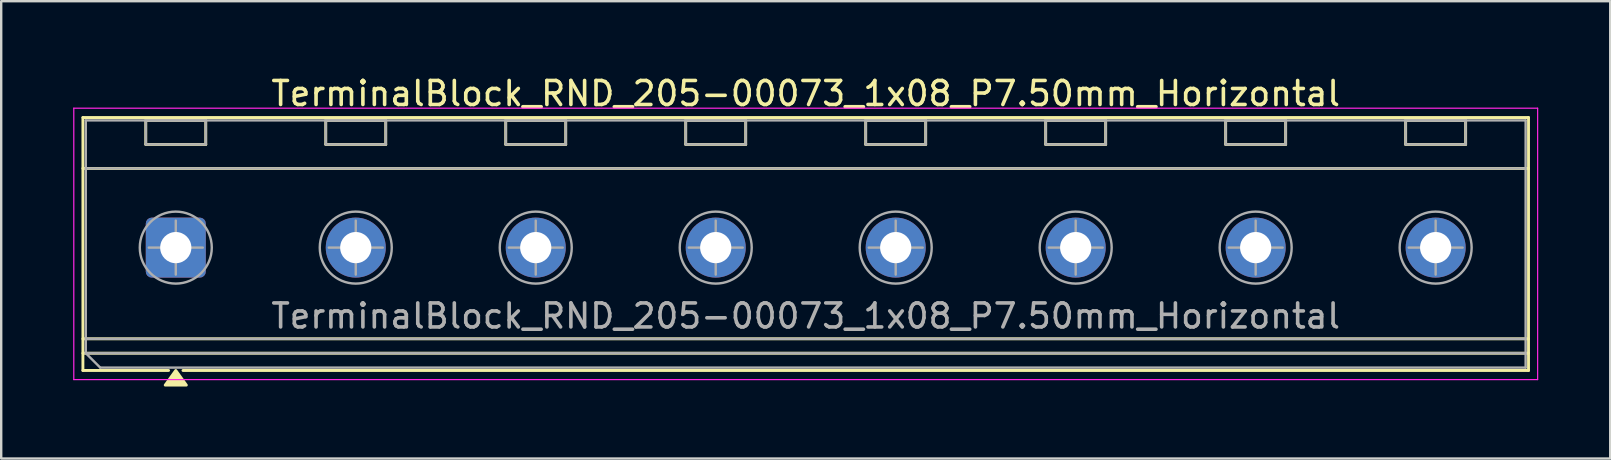
<source format=kicad_pcb>
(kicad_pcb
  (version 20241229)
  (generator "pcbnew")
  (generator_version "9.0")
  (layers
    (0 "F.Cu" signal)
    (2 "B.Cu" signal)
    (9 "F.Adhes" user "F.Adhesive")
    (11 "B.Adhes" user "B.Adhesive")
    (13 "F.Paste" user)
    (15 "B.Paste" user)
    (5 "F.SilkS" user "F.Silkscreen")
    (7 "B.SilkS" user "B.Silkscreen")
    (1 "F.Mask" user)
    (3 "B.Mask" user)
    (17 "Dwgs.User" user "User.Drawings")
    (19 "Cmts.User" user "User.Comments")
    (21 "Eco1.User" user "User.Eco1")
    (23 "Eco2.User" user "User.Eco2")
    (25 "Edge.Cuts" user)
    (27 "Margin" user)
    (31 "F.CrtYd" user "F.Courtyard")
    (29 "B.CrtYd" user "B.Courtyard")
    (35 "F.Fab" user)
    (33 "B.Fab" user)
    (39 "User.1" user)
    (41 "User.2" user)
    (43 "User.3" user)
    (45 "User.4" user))
  (footprint "TerminalBlock_RND_205-00073_1x08_P7.50mm_Horizontal"
    (layer "F.Cu")
    (at 4.275 7.268)
    (property "Reference" "TerminalBlock_RND_205-00073_1x08_P7.50mm_Horizontal" (at 26.25 -6.42 0) (layer "F.SilkS") (effects (font (size 1 1) (thickness 0.15))))
    (attr through_hole)
    (fp_line (start -3.87 -5.42) (end -3.87 5.12) (stroke (width 0.12) (type solid)) (layer "F.SilkS"))
    (fp_line (start -3.87 -5.42) (end 56.37 -5.42) (stroke (width 0.12) (type solid)) (layer "F.SilkS"))
    (fp_line (start -3.87 -3.3) (end 56.37 -3.3) (stroke (width 0.12) (type solid)) (layer "F.SilkS"))
    (fp_line (start -3.87 3.8) (end 56.37 3.8) (stroke (width 0.12) (type solid)) (layer "F.SilkS"))
    (fp_line (start -3.87 4.4) (end 56.37 4.4) (stroke (width 0.12) (type solid)) (layer "F.SilkS"))
    (fp_line (start -3.87 5.12) (end -0.3 5.12) (stroke (width 0.12) (type solid)) (layer "F.SilkS"))
    (fp_line (start -1.25 -5.3) (end -1.25 -4.3) (stroke (width 0.12) (type solid)) (layer "F.SilkS"))
    (fp_line (start -1.25 -5.3) (end 1.25 -5.3) (stroke (width 0.12) (type solid)) (layer "F.SilkS"))
    (fp_line (start -1.25 -4.3) (end 1.25 -4.3) (stroke (width 0.12) (type solid)) (layer "F.SilkS"))
    (fp_line (start 0.3 5.12) (end 56.37 5.12) (stroke (width 0.12) (type solid)) (layer "F.SilkS"))
    (fp_line (start 1.25 -5.3) (end 1.25 -4.3) (stroke (width 0.12) (type solid)) (layer "F.SilkS"))
    (fp_line (start 6.25 -5.3) (end 6.25 -4.3) (stroke (width 0.12) (type solid)) (layer "F.SilkS"))
    (fp_line (start 6.25 -5.3) (end 8.75 -5.3) (stroke (width 0.12) (type solid)) (layer "F.SilkS"))
    (fp_line (start 6.25 -4.3) (end 8.75 -4.3) (stroke (width 0.12) (type solid)) (layer "F.SilkS"))
    (fp_line (start 8.75 -5.3) (end 8.75 -4.3) (stroke (width 0.12) (type solid)) (layer "F.SilkS"))
    (fp_line (start 13.75 -5.3) (end 13.75 -4.3) (stroke (width 0.12) (type solid)) (layer "F.SilkS"))
    (fp_line (start 13.75 -5.3) (end 16.25 -5.3) (stroke (width 0.12) (type solid)) (layer "F.SilkS"))
    (fp_line (start 13.75 -4.3) (end 16.25 -4.3) (stroke (width 0.12) (type solid)) (layer "F.SilkS"))
    (fp_line (start 16.25 -5.3) (end 16.25 -4.3) (stroke (width 0.12) (type solid)) (layer "F.SilkS"))
    (fp_line (start 21.25 -5.3) (end 21.25 -4.3) (stroke (width 0.12) (type solid)) (layer "F.SilkS"))
    (fp_line (start 21.25 -5.3) (end 23.75 -5.3) (stroke (width 0.12) (type solid)) (layer "F.SilkS"))
    (fp_line (start 21.25 -4.3) (end 23.75 -4.3) (stroke (width 0.12) (type solid)) (layer "F.SilkS"))
    (fp_line (start 23.75 -5.3) (end 23.75 -4.3) (stroke (width 0.12) (type solid)) (layer "F.SilkS"))
    (fp_line (start 28.75 -5.3) (end 28.75 -4.3) (stroke (width 0.12) (type solid)) (layer "F.SilkS"))
    (fp_line (start 28.75 -5.3) (end 31.25 -5.3) (stroke (width 0.12) (type solid)) (layer "F.SilkS"))
    (fp_line (start 28.75 -4.3) (end 31.25 -4.3) (stroke (width 0.12) (type solid)) (layer "F.SilkS"))
    (fp_line (start 31.25 -5.3) (end 31.25 -4.3) (stroke (width 0.12) (type solid)) (layer "F.SilkS"))
    (fp_line (start 36.25 -5.3) (end 36.25 -4.3) (stroke (width 0.12) (type solid)) (layer "F.SilkS"))
    (fp_line (start 36.25 -5.3) (end 38.75 -5.3) (stroke (width 0.12) (type solid)) (layer "F.SilkS"))
    (fp_line (start 36.25 -4.3) (end 38.75 -4.3) (stroke (width 0.12) (type solid)) (layer "F.SilkS"))
    (fp_line (start 38.75 -5.3) (end 38.75 -4.3) (stroke (width 0.12) (type solid)) (layer "F.SilkS"))
    (fp_line (start 43.75 -5.3) (end 43.75 -4.3) (stroke (width 0.12) (type solid)) (layer "F.SilkS"))
    (fp_line (start 43.75 -5.3) (end 46.25 -5.3) (stroke (width 0.12) (type solid)) (layer "F.SilkS"))
    (fp_line (start 43.75 -4.3) (end 46.25 -4.3) (stroke (width 0.12) (type solid)) (layer "F.SilkS"))
    (fp_line (start 46.25 -5.3) (end 46.25 -4.3) (stroke (width 0.12) (type solid)) (layer "F.SilkS"))
    (fp_line (start 51.25 -5.3) (end 51.25 -4.3) (stroke (width 0.12) (type solid)) (layer "F.SilkS"))
    (fp_line (start 51.25 -5.3) (end 53.75 -5.3) (stroke (width 0.12) (type solid)) (layer "F.SilkS"))
    (fp_line (start 51.25 -4.3) (end 53.75 -4.3) (stroke (width 0.12) (type solid)) (layer "F.SilkS"))
    (fp_line (start 53.75 -5.3) (end 53.75 -4.3) (stroke (width 0.12) (type solid)) (layer "F.SilkS"))
    (fp_line (start 56.37 -5.42) (end 56.37 5.12) (stroke (width 0.12) (type solid)) (layer "F.SilkS"))
    (fp_poly (pts (xy 0 5.12) (xy 0.44 5.73) (xy -0.44 5.73)) (stroke (width 0.12) (type solid)) (fill yes) (layer "F.SilkS"))
    (fp_line (start -4.25 -5.81) (end -4.25 5.5) (stroke (width 0.05) (type solid)) (layer "F.CrtYd"))
    (fp_line (start -4.25 5.5) (end 56.75 5.5) (stroke (width 0.05) (type solid)) (layer "F.CrtYd"))
    (fp_line (start 56.75 -5.81) (end -4.25 -5.81) (stroke (width 0.05) (type solid)) (layer "F.CrtYd"))
    (fp_line (start 56.75 5.5) (end 56.75 -5.81) (stroke (width 0.05) (type solid)) (layer "F.CrtYd"))
    (fp_line (start -3.75 -5.3) (end 56.25 -5.3) (stroke (width 0.1) (type solid)) (layer "F.Fab"))
    (fp_line (start -3.75 -3.3) (end 56.25 -3.3) (stroke (width 0.1) (type solid)) (layer "F.Fab"))
    (fp_line (start -3.75 3.8) (end 56.25 3.8) (stroke (width 0.1) (type solid)) (layer "F.Fab"))
    (fp_line (start -3.75 4.4) (end -3.75 -5.3) (stroke (width 0.1) (type solid)) (layer "F.Fab"))
    (fp_line (start -3.75 4.4) (end 56.25 4.4) (stroke (width 0.1) (type solid)) (layer "F.Fab"))
    (fp_line (start -3.15 5) (end -3.75 4.4) (stroke (width 0.1) (type solid)) (layer "F.Fab"))
    (fp_line (start -1.25 -5.3) (end -1.25 -4.3) (stroke (width 0.1) (type solid)) (layer "F.Fab"))
    (fp_line (start -1.25 -4.3) (end 1.25 -4.3) (stroke (width 0.1) (type solid)) (layer "F.Fab"))
    (fp_line (start -1.125 0) (end 1.125 0) (stroke (width 0.1) (type solid)) (layer "F.Fab"))
    (fp_line (start 0 -1.125) (end 0 1.125) (stroke (width 0.1) (type solid)) (layer "F.Fab"))
    (fp_line (start 1.25 -5.3) (end -1.25 -5.3) (stroke (width 0.1) (type solid)) (layer "F.Fab"))
    (fp_line (start 1.25 -4.3) (end 1.25 -5.3) (stroke (width 0.1) (type solid)) (layer "F.Fab"))
    (fp_line (start 6.25 -5.3) (end 6.25 -4.3) (stroke (width 0.1) (type solid)) (layer "F.Fab"))
    (fp_line (start 6.25 -4.3) (end 8.75 -4.3) (stroke (width 0.1) (type solid)) (layer "F.Fab"))
    (fp_line (start 6.375 0) (end 8.625 0) (stroke (width 0.1) (type solid)) (layer "F.Fab"))
    (fp_line (start 7.5 -1.125) (end 7.5 1.125) (stroke (width 0.1) (type solid)) (layer "F.Fab"))
    (fp_line (start 8.75 -5.3) (end 6.25 -5.3) (stroke (width 0.1) (type solid)) (layer "F.Fab"))
    (fp_line (start 8.75 -4.3) (end 8.75 -5.3) (stroke (width 0.1) (type solid)) (layer "F.Fab"))
    (fp_line (start 13.75 -5.3) (end 13.75 -4.3) (stroke (width 0.1) (type solid)) (layer "F.Fab"))
    (fp_line (start 13.75 -4.3) (end 16.25 -4.3) (stroke (width 0.1) (type solid)) (layer "F.Fab"))
    (fp_line (start 13.875 0) (end 16.125 0) (stroke (width 0.1) (type solid)) (layer "F.Fab"))
    (fp_line (start 15 -1.125) (end 15 1.125) (stroke (width 0.1) (type solid)) (layer "F.Fab"))
    (fp_line (start 16.25 -5.3) (end 13.75 -5.3) (stroke (width 0.1) (type solid)) (layer "F.Fab"))
    (fp_line (start 16.25 -4.3) (end 16.25 -5.3) (stroke (width 0.1) (type solid)) (layer "F.Fab"))
    (fp_line (start 21.25 -5.3) (end 21.25 -4.3) (stroke (width 0.1) (type solid)) (layer "F.Fab"))
    (fp_line (start 21.25 -4.3) (end 23.75 -4.3) (stroke (width 0.1) (type solid)) (layer "F.Fab"))
    (fp_line (start 21.375 0) (end 23.625 0) (stroke (width 0.1) (type solid)) (layer "F.Fab"))
    (fp_line (start 22.5 -1.125) (end 22.5 1.125) (stroke (width 0.1) (type solid)) (layer "F.Fab"))
    (fp_line (start 23.75 -5.3) (end 21.25 -5.3) (stroke (width 0.1) (type solid)) (layer "F.Fab"))
    (fp_line (start 23.75 -4.3) (end 23.75 -5.3) (stroke (width 0.1) (type solid)) (layer "F.Fab"))
    (fp_line (start 28.75 -5.3) (end 28.75 -4.3) (stroke (width 0.1) (type solid)) (layer "F.Fab"))
    (fp_line (start 28.75 -4.3) (end 31.25 -4.3) (stroke (width 0.1) (type solid)) (layer "F.Fab"))
    (fp_line (start 28.875 0) (end 31.125 0) (stroke (width 0.1) (type solid)) (layer "F.Fab"))
    (fp_line (start 30 -1.125) (end 30 1.125) (stroke (width 0.1) (type solid)) (layer "F.Fab"))
    (fp_line (start 31.25 -5.3) (end 28.75 -5.3) (stroke (width 0.1) (type solid)) (layer "F.Fab"))
    (fp_line (start 31.25 -4.3) (end 31.25 -5.3) (stroke (width 0.1) (type solid)) (layer "F.Fab"))
    (fp_line (start 36.25 -5.3) (end 36.25 -4.3) (stroke (width 0.1) (type solid)) (layer "F.Fab"))
    (fp_line (start 36.25 -4.3) (end 38.75 -4.3) (stroke (width 0.1) (type solid)) (layer "F.Fab"))
    (fp_line (start 36.375 0) (end 38.625 0) (stroke (width 0.1) (type solid)) (layer "F.Fab"))
    (fp_line (start 37.5 -1.125) (end 37.5 1.125) (stroke (width 0.1) (type solid)) (layer "F.Fab"))
    (fp_line (start 38.75 -5.3) (end 36.25 -5.3) (stroke (width 0.1) (type solid)) (layer "F.Fab"))
    (fp_line (start 38.75 -4.3) (end 38.75 -5.3) (stroke (width 0.1) (type solid)) (layer "F.Fab"))
    (fp_line (start 43.75 -5.3) (end 43.75 -4.3) (stroke (width 0.1) (type solid)) (layer "F.Fab"))
    (fp_line (start 43.75 -4.3) (end 46.25 -4.3) (stroke (width 0.1) (type solid)) (layer "F.Fab"))
    (fp_line (start 43.875 0) (end 46.125 0) (stroke (width 0.1) (type solid)) (layer "F.Fab"))
    (fp_line (start 45 -1.125) (end 45 1.125) (stroke (width 0.1) (type solid)) (layer "F.Fab"))
    (fp_line (start 46.25 -5.3) (end 43.75 -5.3) (stroke (width 0.1) (type solid)) (layer "F.Fab"))
    (fp_line (start 46.25 -4.3) (end 46.25 -5.3) (stroke (width 0.1) (type solid)) (layer "F.Fab"))
    (fp_line (start 51.25 -5.3) (end 51.25 -4.3) (stroke (width 0.1) (type solid)) (layer "F.Fab"))
    (fp_line (start 51.25 -4.3) (end 53.75 -4.3) (stroke (width 0.1) (type solid)) (layer "F.Fab"))
    (fp_line (start 51.375 0) (end 53.625 0) (stroke (width 0.1) (type solid)) (layer "F.Fab"))
    (fp_line (start 52.5 -1.125) (end 52.5 1.125) (stroke (width 0.1) (type solid)) (layer "F.Fab"))
    (fp_line (start 53.75 -5.3) (end 51.25 -5.3) (stroke (width 0.1) (type solid)) (layer "F.Fab"))
    (fp_line (start 53.75 -4.3) (end 53.75 -5.3) (stroke (width 0.1) (type solid)) (layer "F.Fab"))
    (fp_line (start 56.25 -5.3) (end 56.25 5) (stroke (width 0.1) (type solid)) (layer "F.Fab"))
    (fp_line (start 56.25 5) (end -3.15 5) (stroke (width 0.1) (type solid)) (layer "F.Fab"))
    (fp_circle (center 0 0) (end 1.5 0) (stroke (width 0.1) (type solid)) (fill no) (layer "F.Fab"))
    (fp_circle (center 7.5 0) (end 9 0) (stroke (width 0.1) (type solid)) (fill no) (layer "F.Fab"))
    (fp_circle (center 15 0) (end 16.5 0) (stroke (width 0.1) (type solid)) (fill no) (layer "F.Fab"))
    (fp_circle (center 22.5 0) (end 24 0) (stroke (width 0.1) (type solid)) (fill no) (layer "F.Fab"))
    (fp_circle (center 30 0) (end 31.5 0) (stroke (width 0.1) (type solid)) (fill no) (layer "F.Fab"))
    (fp_circle (center 37.5 0) (end 39 0) (stroke (width 0.1) (type solid)) (fill no) (layer "F.Fab"))
    (fp_circle (center 45 0) (end 46.5 0) (stroke (width 0.1) (type solid)) (fill no) (layer "F.Fab"))
    (fp_circle (center 52.5 0) (end 54 0) (stroke (width 0.1) (type solid)) (fill no) (layer "F.Fab"))
    (fp_text user "${REFERENCE}" (at 26.25 2.85 0) (layer "F.Fab") (effects (font (size 1 1) (thickness 0.15))))
    (pad "1" thru_hole roundrect (at 0 0) (size 2.5 2.5) (drill 1.3) (layers "*.Cu" "*.Mask") (roundrect_rratio 0.1))
    (pad "2" thru_hole circle (at 7.5 0) (size 2.5 2.5) (drill 1.3) (layers "*.Cu" "*.Mask"))
    (pad "3" thru_hole circle (at 15 0) (size 2.5 2.5) (drill 1.3) (layers "*.Cu" "*.Mask"))
    (pad "4" thru_hole circle (at 22.5 0) (size 2.5 2.5) (drill 1.3) (layers "*.Cu" "*.Mask"))
    (pad "5" thru_hole circle (at 30 0) (size 2.5 2.5) (drill 1.3) (layers "*.Cu" "*.Mask"))
    (pad "6" thru_hole circle (at 37.5 0) (size 2.5 2.5) (drill 1.3) (layers "*.Cu" "*.Mask"))
    (pad "7" thru_hole circle (at 45 0) (size 2.5 2.5) (drill 1.3) (layers "*.Cu" "*.Mask"))
    (pad "8" thru_hole circle (at 52.5 0) (size 2.5 2.5) (drill 1.3) (layers "*.Cu" "*.Mask")))
  (gr_rect
    (start -3 -3)
    (end 64.05 16.058)
    (stroke (width 0.1) (type default))
    (fill no)
    (layer "Edge.Cuts")))
</source>
